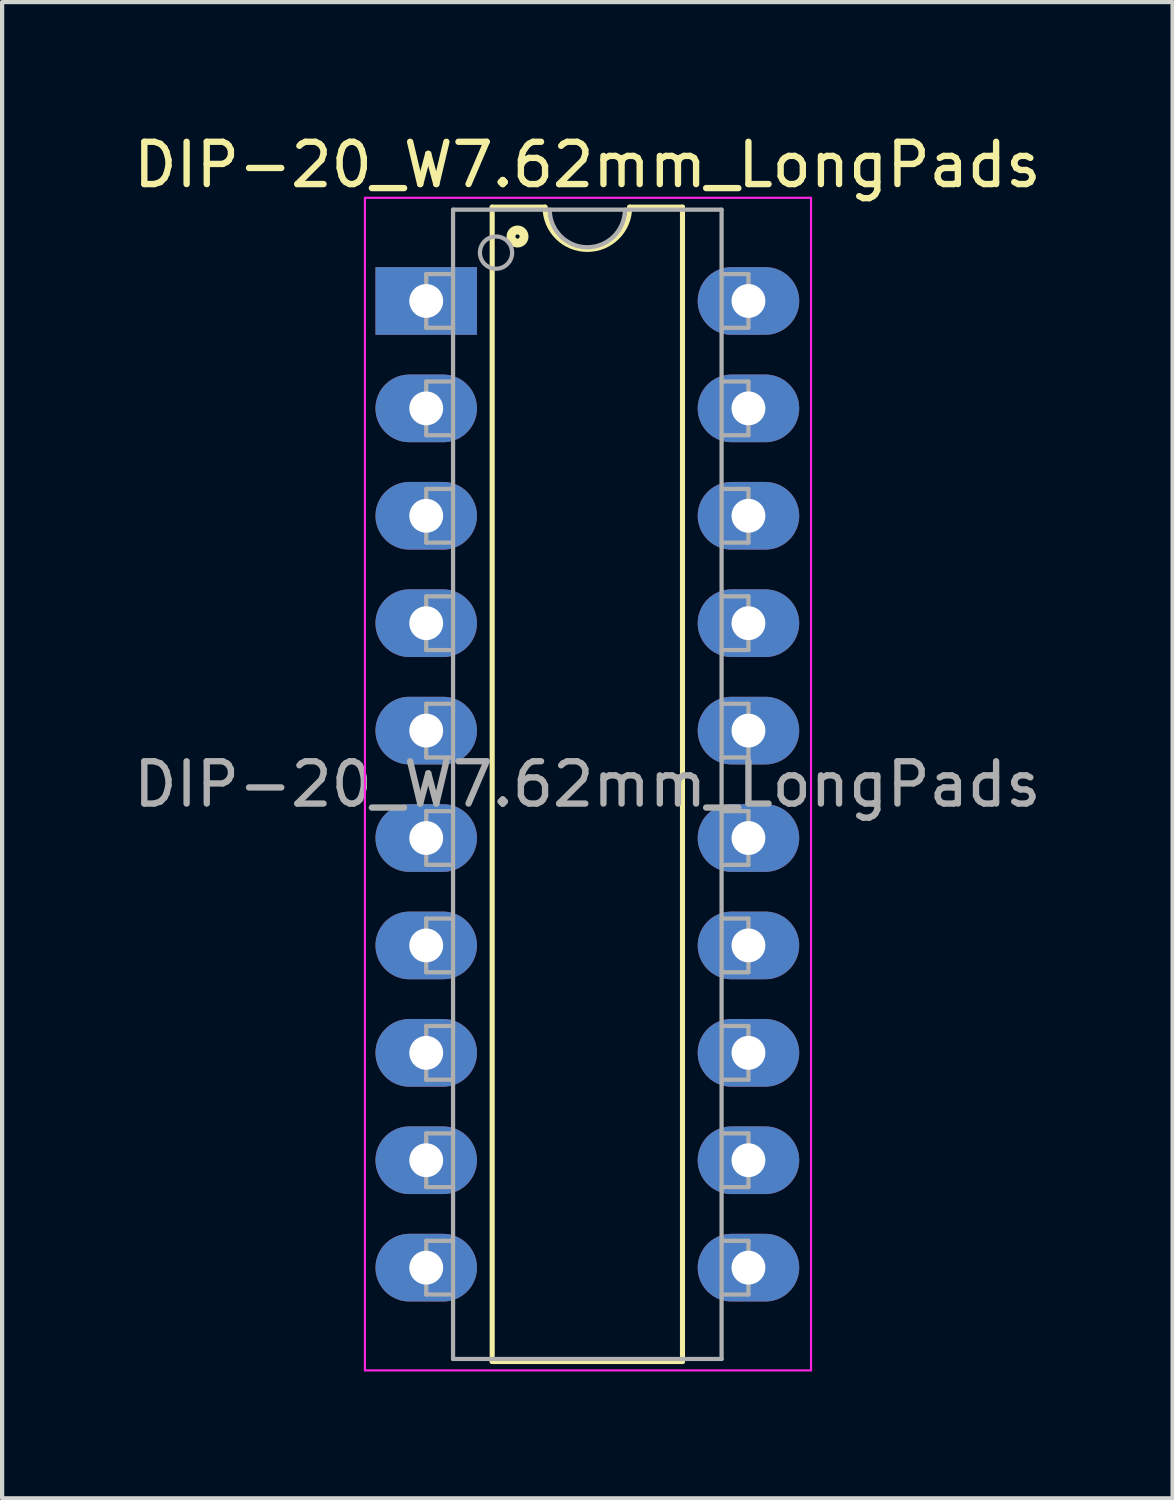
<source format=kicad_pcb>
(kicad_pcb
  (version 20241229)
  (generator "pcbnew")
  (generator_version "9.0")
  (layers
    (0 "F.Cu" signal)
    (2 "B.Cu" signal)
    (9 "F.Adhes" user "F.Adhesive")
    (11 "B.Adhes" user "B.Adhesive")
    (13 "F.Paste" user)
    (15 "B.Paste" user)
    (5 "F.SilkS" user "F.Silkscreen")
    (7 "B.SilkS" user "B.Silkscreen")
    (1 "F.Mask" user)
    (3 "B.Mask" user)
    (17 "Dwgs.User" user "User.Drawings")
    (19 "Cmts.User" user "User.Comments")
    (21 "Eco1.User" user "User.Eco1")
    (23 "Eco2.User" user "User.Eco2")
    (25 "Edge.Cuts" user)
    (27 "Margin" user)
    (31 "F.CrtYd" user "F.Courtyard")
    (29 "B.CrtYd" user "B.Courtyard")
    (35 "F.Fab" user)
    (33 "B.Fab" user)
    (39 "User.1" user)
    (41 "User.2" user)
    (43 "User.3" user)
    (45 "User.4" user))
  (footprint "DIP-20_W7.62mm_LongPads"
    (layer "F.Cu")
    (at 7.029 4.067)
    (property "Reference" "DIP-20_W7.62mm_LongPads" (at 3.81 -3.219 0) (layer "F.SilkS") (effects (font (size 1 1) (thickness 0.15))))
    (attr through_hole)
    (fp_line (start 1.56 -2.219) (end 1.56 25.079) (stroke (width 0.12) (type solid)) (layer "F.SilkS"))
    (fp_line (start 1.56 25.079) (end 6.06 25.079) (stroke (width 0.12) (type solid)) (layer "F.SilkS"))
    (fp_line (start 2.81 -2.219) (end 1.56 -2.219) (stroke (width 0.12) (type solid)) (layer "F.SilkS"))
    (fp_line (start 6.06 -2.219) (end 4.81 -2.219) (stroke (width 0.12) (type solid)) (layer "F.SilkS"))
    (fp_line (start 6.06 25.079) (end 6.06 -2.219) (stroke (width 0.12) (type solid)) (layer "F.SilkS"))
    (fp_arc (start 4.81 -2.219) (mid 3.81 -1.219) (end 2.81 -2.219) (stroke (width 0.12) (type solid)) (layer "F.SilkS"))
    (fp_circle (center 2.159 -1.524) (end 2.209 -1.524) (stroke (width 0.12) (type solid)) (fill no) (layer "F.SilkS"))
    (fp_circle (center 2.159 -1.524) (end 2.284 -1.524) (stroke (width 0.12) (type solid)) (fill no) (layer "F.SilkS"))
    (fp_circle (center 2.159 -1.524) (end 2.359 -1.524) (stroke (width 0.12) (type solid)) (fill no) (layer "F.SilkS"))
    (fp_line (start -1.45 -2.439) (end -1.45 25.289) (stroke (width 0.05) (type solid)) (layer "F.CrtYd"))
    (fp_line (start -1.45 25.289) (end 9.1 25.289) (stroke (width 0.05) (type solid)) (layer "F.CrtYd"))
    (fp_line (start 9.1 -2.439) (end -1.45 -2.439) (stroke (width 0.05) (type solid)) (layer "F.CrtYd"))
    (fp_line (start 9.1 25.289) (end 9.1 -2.439) (stroke (width 0.05) (type solid)) (layer "F.CrtYd"))
    (fp_line (start 0 -0.635) (end 0 0.635) (stroke (width 0.1) (type solid)) (layer "F.Fab"))
    (fp_line (start 0 -0.635) (end 0.635 -0.635) (stroke (width 0.1) (type solid)) (layer "F.Fab"))
    (fp_line (start 0 0.635) (end 0.635 0.635) (stroke (width 0.1) (type solid)) (layer "F.Fab"))
    (fp_line (start 0 1.905) (end 0 3.175) (stroke (width 0.1) (type solid)) (layer "F.Fab"))
    (fp_line (start 0 1.905) (end 0.635 1.905) (stroke (width 0.1) (type solid)) (layer "F.Fab"))
    (fp_line (start 0 3.175) (end 0.635 3.175) (stroke (width 0.1) (type solid)) (layer "F.Fab"))
    (fp_line (start 0 4.445) (end 0 5.715) (stroke (width 0.1) (type solid)) (layer "F.Fab"))
    (fp_line (start 0 4.445) (end 0.635 4.445) (stroke (width 0.1) (type solid)) (layer "F.Fab"))
    (fp_line (start 0 5.715) (end 0.635 5.715) (stroke (width 0.1) (type solid)) (layer "F.Fab"))
    (fp_line (start 0 6.985) (end 0 8.255) (stroke (width 0.1) (type solid)) (layer "F.Fab"))
    (fp_line (start 0 6.985) (end 0.635 6.985) (stroke (width 0.1) (type solid)) (layer "F.Fab"))
    (fp_line (start 0 8.255) (end 0.635 8.255) (stroke (width 0.1) (type solid)) (layer "F.Fab"))
    (fp_line (start 0 9.525) (end 0 10.795) (stroke (width 0.1) (type solid)) (layer "F.Fab"))
    (fp_line (start 0 9.525) (end 0.635 9.525) (stroke (width 0.1) (type solid)) (layer "F.Fab"))
    (fp_line (start 0 10.795) (end 0.635 10.795) (stroke (width 0.1) (type solid)) (layer "F.Fab"))
    (fp_line (start 0 12.065) (end 0 13.335) (stroke (width 0.1) (type solid)) (layer "F.Fab"))
    (fp_line (start 0 12.065) (end 0.635 12.065) (stroke (width 0.1) (type solid)) (layer "F.Fab"))
    (fp_line (start 0 13.335) (end 0.635 13.335) (stroke (width 0.1) (type solid)) (layer "F.Fab"))
    (fp_line (start 0 14.605) (end 0 15.875) (stroke (width 0.1) (type solid)) (layer "F.Fab"))
    (fp_line (start 0 14.605) (end 0.635 14.605) (stroke (width 0.1) (type solid)) (layer "F.Fab"))
    (fp_line (start 0 15.875) (end 0.635 15.875) (stroke (width 0.1) (type solid)) (layer "F.Fab"))
    (fp_line (start 0 17.145) (end 0 18.415) (stroke (width 0.1) (type solid)) (layer "F.Fab"))
    (fp_line (start 0 17.145) (end 0.635 17.145) (stroke (width 0.1) (type solid)) (layer "F.Fab"))
    (fp_line (start 0 18.415) (end 0.635 18.415) (stroke (width 0.1) (type solid)) (layer "F.Fab"))
    (fp_line (start 0 19.685) (end 0 20.955) (stroke (width 0.1) (type solid)) (layer "F.Fab"))
    (fp_line (start 0 19.685) (end 0.635 19.685) (stroke (width 0.1) (type solid)) (layer "F.Fab"))
    (fp_line (start 0 20.955) (end 0.635 20.955) (stroke (width 0.1) (type solid)) (layer "F.Fab"))
    (fp_line (start 0 22.225) (end 0 23.495) (stroke (width 0.1) (type solid)) (layer "F.Fab"))
    (fp_line (start 0 22.225) (end 0.635 22.225) (stroke (width 0.1) (type solid)) (layer "F.Fab"))
    (fp_line (start 0 23.495) (end 0.635 23.495) (stroke (width 0.1) (type solid)) (layer "F.Fab"))
    (fp_line (start 0.635 -2.159) (end 6.985 -2.159) (stroke (width 0.1) (type solid)) (layer "F.Fab"))
    (fp_line (start 0.635 25.019) (end 0.635 -2.159) (stroke (width 0.1) (type solid)) (layer "F.Fab"))
    (fp_line (start 6.985 -2.159) (end 6.985 25.019) (stroke (width 0.1) (type solid)) (layer "F.Fab"))
    (fp_line (start 6.985 25.019) (end 0.635 25.019) (stroke (width 0.1) (type solid)) (layer "F.Fab"))
    (fp_line (start 7.62 -0.635) (end 6.985 -0.635) (stroke (width 0.1) (type solid)) (layer "F.Fab"))
    (fp_line (start 7.62 0.635) (end 6.985 0.635) (stroke (width 0.1) (type solid)) (layer "F.Fab"))
    (fp_line (start 7.62 0.635) (end 7.62 -0.635) (stroke (width 0.1) (type solid)) (layer "F.Fab"))
    (fp_line (start 7.62 1.905) (end 6.985 1.905) (stroke (width 0.1) (type solid)) (layer "F.Fab"))
    (fp_line (start 7.62 3.175) (end 6.985 3.175) (stroke (width 0.1) (type solid)) (layer "F.Fab"))
    (fp_line (start 7.62 3.175) (end 7.62 1.905) (stroke (width 0.1) (type solid)) (layer "F.Fab"))
    (fp_line (start 7.62 4.445) (end 6.985 4.445) (stroke (width 0.1) (type solid)) (layer "F.Fab"))
    (fp_line (start 7.62 5.715) (end 6.985 5.715) (stroke (width 0.1) (type solid)) (layer "F.Fab"))
    (fp_line (start 7.62 5.715) (end 7.62 4.445) (stroke (width 0.1) (type solid)) (layer "F.Fab"))
    (fp_line (start 7.62 6.985) (end 6.985 6.985) (stroke (width 0.1) (type solid)) (layer "F.Fab"))
    (fp_line (start 7.62 8.255) (end 6.985 8.255) (stroke (width 0.1) (type solid)) (layer "F.Fab"))
    (fp_line (start 7.62 8.255) (end 7.62 6.985) (stroke (width 0.1) (type solid)) (layer "F.Fab"))
    (fp_line (start 7.62 9.525) (end 6.985 9.525) (stroke (width 0.1) (type solid)) (layer "F.Fab"))
    (fp_line (start 7.62 10.795) (end 6.985 10.795) (stroke (width 0.1) (type solid)) (layer "F.Fab"))
    (fp_line (start 7.62 10.795) (end 7.62 9.525) (stroke (width 0.1) (type solid)) (layer "F.Fab"))
    (fp_line (start 7.62 12.065) (end 6.985 12.065) (stroke (width 0.1) (type solid)) (layer "F.Fab"))
    (fp_line (start 7.62 13.335) (end 6.985 13.335) (stroke (width 0.1) (type solid)) (layer "F.Fab"))
    (fp_line (start 7.62 13.335) (end 7.62 12.065) (stroke (width 0.1) (type solid)) (layer "F.Fab"))
    (fp_line (start 7.62 14.605) (end 6.985 14.605) (stroke (width 0.1) (type solid)) (layer "F.Fab"))
    (fp_line (start 7.62 15.875) (end 6.985 15.875) (stroke (width 0.1) (type solid)) (layer "F.Fab"))
    (fp_line (start 7.62 15.875) (end 7.62 14.605) (stroke (width 0.1) (type solid)) (layer "F.Fab"))
    (fp_line (start 7.62 17.145) (end 6.985 17.145) (stroke (width 0.1) (type solid)) (layer "F.Fab"))
    (fp_line (start 7.62 18.415) (end 6.985 18.415) (stroke (width 0.1) (type solid)) (layer "F.Fab"))
    (fp_line (start 7.62 18.415) (end 7.62 17.145) (stroke (width 0.1) (type solid)) (layer "F.Fab"))
    (fp_line (start 7.62 19.685) (end 6.985 19.685) (stroke (width 0.1) (type solid)) (layer "F.Fab"))
    (fp_line (start 7.62 20.955) (end 6.985 20.955) (stroke (width 0.1) (type solid)) (layer "F.Fab"))
    (fp_line (start 7.62 20.955) (end 7.62 19.685) (stroke (width 0.1) (type solid)) (layer "F.Fab"))
    (fp_line (start 7.62 22.225) (end 6.985 22.225) (stroke (width 0.1) (type solid)) (layer "F.Fab"))
    (fp_line (start 7.62 23.495) (end 6.985 23.495) (stroke (width 0.1) (type solid)) (layer "F.Fab"))
    (fp_line (start 7.62 23.495) (end 7.62 22.225) (stroke (width 0.1) (type solid)) (layer "F.Fab"))
    (fp_arc (start 4.699 -2.159) (mid 3.81 -1.27) (end 2.921 -2.159) (stroke (width 0.1) (type solid)) (layer "F.Fab"))
    (fp_circle (center 1.651 -1.143) (end 2.032 -1.143) (stroke (width 0.1) (type solid)) (fill no) (layer "F.Fab"))
    (fp_text user "${REFERENCE}" (at 3.81 11.43 0) (layer "F.Fab") (effects (font (size 1 1) (thickness 0.15))))
    (pad "1" thru_hole rect (at 0 0) (size 2.4 1.6) (drill 0.8) (layers "*.Cu" "*.Mask"))
    (pad "2" thru_hole oval (at 0 2.54) (size 2.4 1.6) (drill 0.8) (layers "*.Cu" "*.Mask"))
    (pad "3" thru_hole oval (at 0 5.08) (size 2.4 1.6) (drill 0.8) (layers "*.Cu" "*.Mask"))
    (pad "4" thru_hole oval (at 0 7.62) (size 2.4 1.6) (drill 0.8) (layers "*.Cu" "*.Mask"))
    (pad "5" thru_hole oval (at 0 10.16) (size 2.4 1.6) (drill 0.8) (layers "*.Cu" "*.Mask"))
    (pad "6" thru_hole oval (at 0 12.7) (size 2.4 1.6) (drill 0.8) (layers "*.Cu" "*.Mask"))
    (pad "7" thru_hole oval (at 0 15.24) (size 2.4 1.6) (drill 0.8) (layers "*.Cu" "*.Mask"))
    (pad "8" thru_hole oval (at 0 17.78) (size 2.4 1.6) (drill 0.8) (layers "*.Cu" "*.Mask"))
    (pad "9" thru_hole oval (at 0 20.32) (size 2.4 1.6) (drill 0.8) (layers "*.Cu" "*.Mask"))
    (pad "10" thru_hole oval (at 0 22.86) (size 2.4 1.6) (drill 0.8) (layers "*.Cu" "*.Mask"))
    (pad "11" thru_hole oval (at 7.62 22.86) (size 2.4 1.6) (drill 0.8) (layers "*.Cu" "*.Mask"))
    (pad "12" thru_hole oval (at 7.62 20.32) (size 2.4 1.6) (drill 0.8) (layers "*.Cu" "*.Mask"))
    (pad "13" thru_hole oval (at 7.62 17.78) (size 2.4 1.6) (drill 0.8) (layers "*.Cu" "*.Mask"))
    (pad "14" thru_hole oval (at 7.62 15.24) (size 2.4 1.6) (drill 0.8) (layers "*.Cu" "*.Mask"))
    (pad "15" thru_hole oval (at 7.62 12.7) (size 2.4 1.6) (drill 0.8) (layers "*.Cu" "*.Mask"))
    (pad "16" thru_hole oval (at 7.62 10.16) (size 2.4 1.6) (drill 0.8) (layers "*.Cu" "*.Mask"))
    (pad "17" thru_hole oval (at 7.62 7.62) (size 2.4 1.6) (drill 0.8) (layers "*.Cu" "*.Mask"))
    (pad "18" thru_hole oval (at 7.62 5.08) (size 2.4 1.6) (drill 0.8) (layers "*.Cu" "*.Mask"))
    (pad "19" thru_hole oval (at 7.62 2.54) (size 2.4 1.6) (drill 0.8) (layers "*.Cu" "*.Mask"))
    (pad "20" thru_hole oval (at 7.62 0) (size 2.4 1.6) (drill 0.8) (layers "*.Cu" "*.Mask")))
  (gr_rect
    (start -3 -3)
    (end 24.679 32.381)
    (stroke (width 0.1) (type default))
    (fill no)
    (layer "Edge.Cuts")))
</source>
